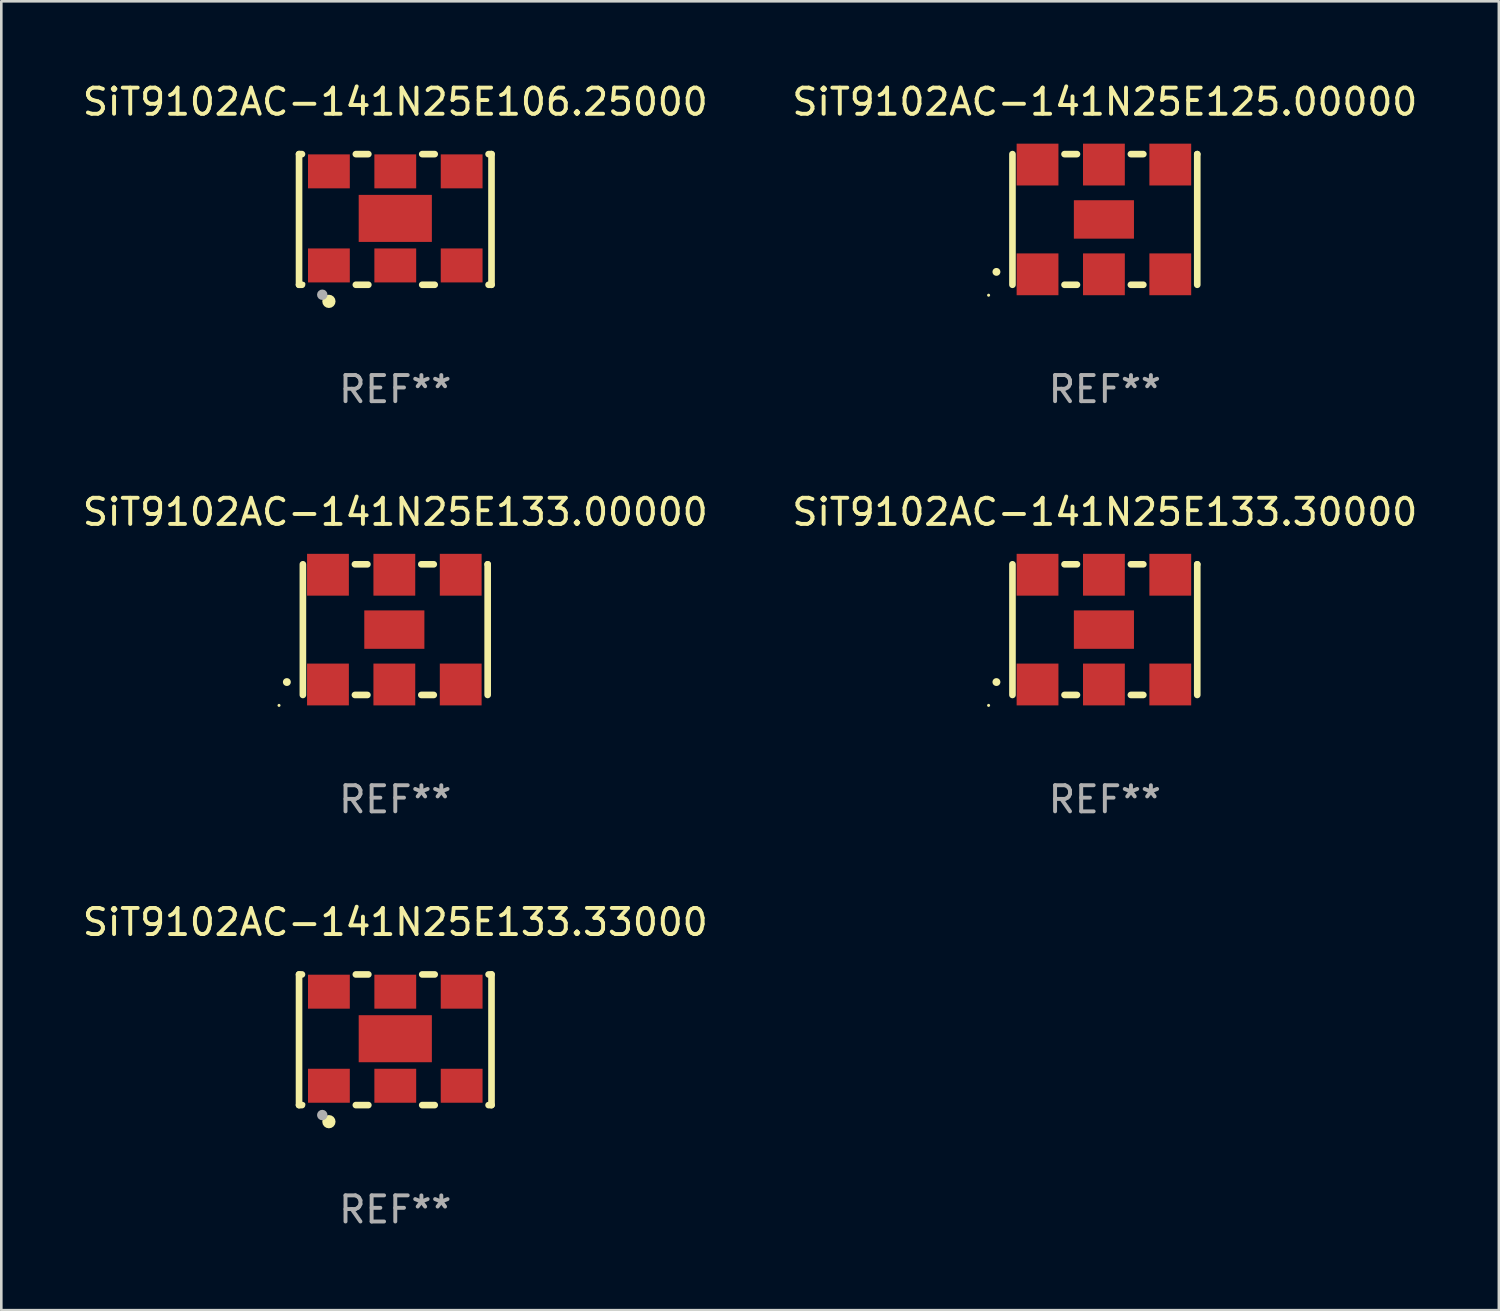
<source format=kicad_pcb>
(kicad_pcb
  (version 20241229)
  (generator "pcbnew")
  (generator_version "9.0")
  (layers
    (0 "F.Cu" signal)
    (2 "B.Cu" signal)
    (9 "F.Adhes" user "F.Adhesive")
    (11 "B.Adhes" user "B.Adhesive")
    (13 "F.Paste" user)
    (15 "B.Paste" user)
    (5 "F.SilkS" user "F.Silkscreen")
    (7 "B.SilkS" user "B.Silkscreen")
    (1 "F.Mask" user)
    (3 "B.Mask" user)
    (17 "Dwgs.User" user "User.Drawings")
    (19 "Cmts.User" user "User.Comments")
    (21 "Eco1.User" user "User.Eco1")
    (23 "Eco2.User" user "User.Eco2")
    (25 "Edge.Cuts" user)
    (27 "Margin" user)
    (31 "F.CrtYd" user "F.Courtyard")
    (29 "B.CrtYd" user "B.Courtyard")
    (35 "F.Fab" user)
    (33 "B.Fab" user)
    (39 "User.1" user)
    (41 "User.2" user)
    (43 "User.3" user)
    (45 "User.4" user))
  (footprint "SiT9102AC-141N25E133.33000"
    (layer "F.Cu")
    (at 12.077 36.741)
    (property "Reference" "SiT9102AC-141N25E133.33000" (at 0 -4.5 0) (layer "F.SilkS") (effects (font (size 1 1) (thickness 0.15))))
    (attr through_hole)
    (fp_line (start -3.683 -2.5) (end -3.571 -2.5) (stroke (width 0.254) (type solid)) (layer "F.SilkS"))
    (fp_line (start -3.683 2.5) (end -3.683 -2.5) (stroke (width 0.254) (type solid)) (layer "F.SilkS"))
    (fp_line (start -3.683 2.5) (end -3.571 2.5) (stroke (width 0.254) (type solid)) (layer "F.SilkS"))
    (fp_line (start -1.509 -2.5) (end -1.031 -2.5) (stroke (width 0.254) (type solid)) (layer "F.SilkS"))
    (fp_line (start -1.509 2.5) (end -1.031 2.5) (stroke (width 0.254) (type solid)) (layer "F.SilkS"))
    (fp_line (start 1.031 -2.5) (end 1.509 -2.5) (stroke (width 0.254) (type solid)) (layer "F.SilkS"))
    (fp_line (start 1.031 2.5) (end 1.509 2.5) (stroke (width 0.254) (type solid)) (layer "F.SilkS"))
    (fp_line (start 3.571 -2.5) (end 3.683 -2.5) (stroke (width 0.254) (type solid)) (layer "F.SilkS"))
    (fp_line (start 3.571 2.5) (end 3.683 2.5) (stroke (width 0.254) (type solid)) (layer "F.SilkS"))
    (fp_line (start 3.683 2.5) (end 3.683 -2.5) (stroke (width 0.254) (type solid)) (layer "F.SilkS"))
    (fp_circle (center -3.5 2.46) (end -3.47 2.46) (stroke (width 0.06) (type solid)) (fill no) (layer "F.SilkS"))
    (fp_circle (center -2.54 3.135) (end -2.413 3.135) (stroke (width 0.254) (type solid)) (fill no) (layer "F.SilkS"))
    (fp_circle (center -2.794 2.881) (end -2.694 2.881) (stroke (width 0.2) (type solid)) (fill no) (layer "F.Fab"))
    (fp_text user "REF**" (at 0 6.5 0) (layer "F.Fab") (effects (font (size 1 1) (thickness 0.15))))
    (pad "1" smd rect (at -2.54 1.76) (size 1.6 1.3) (layers "F.Cu" "F.Mask" "F.Paste"))
    (pad "2" smd rect (at 0 1.76) (size 1.6 1.3) (layers "F.Cu" "F.Mask" "F.Paste"))
    (pad "3" smd rect (at 2.54 1.76) (size 1.6 1.3) (layers "F.Cu" "F.Mask" "F.Paste"))
    (pad "4" smd rect (at 2.54 -1.84) (size 1.6 1.3) (layers "F.Cu" "F.Mask" "F.Paste"))
    (pad "5" smd rect (at 0 -1.84) (size 1.6 1.3) (layers "F.Cu" "F.Mask" "F.Paste"))
    (pad "6" smd rect (at -2.54 -1.84) (size 1.6 1.3) (layers "F.Cu" "F.Mask" "F.Paste"))
    (pad "7" smd rect (at 0 -0.04) (size 2.8 1.8) (layers "F.Cu" "F.Mask" "F.Paste")))
  (footprint "SiT9102AC-141N25E133.00000"
    (layer "F.Cu")
    (at 12.077 21.045)
    (property "Reference" "SiT9102AC-141N25E133.00000" (at 0 -4.5 0) (layer "F.SilkS") (effects (font (size 1 1) (thickness 0.15))))
    (attr through_hole)
    (fp_line (start -3.536 -2.5) (end -3.536 2.5) (stroke (width 0.254) (type solid)) (layer "F.SilkS"))
    (fp_line (start -1.544 2.5) (end -1.067 2.5) (stroke (width 0.254) (type solid)) (layer "F.SilkS"))
    (fp_line (start -1.067 -2.5) (end -1.544 -2.5) (stroke (width 0.254) (type solid)) (layer "F.SilkS"))
    (fp_line (start 0.996 2.5) (end 1.473 2.5) (stroke (width 0.254) (type solid)) (layer "F.SilkS"))
    (fp_line (start 1.473 -2.5) (end 0.996 -2.5) (stroke (width 0.254) (type solid)) (layer "F.SilkS"))
    (fp_line (start 3.536 -2.5) (end 3.536 -2.5) (stroke (width 0.254) (type solid)) (layer "F.SilkS"))
    (fp_line (start 3.536 2.5) (end 3.536 -2.5) (stroke (width 0.254) (type solid)) (layer "F.SilkS"))
    (fp_arc (start -4.150432 2.006604) (mid -4.149162 2.006599) (end -4.147892 2.006604) (stroke (width 0.3) (type solid)) (layer "F.SilkS"))
    (fp_circle (center -4.449 2.9) (end -4.419 2.9) (stroke (width 0.06) (type solid)) (fill no) (layer "F.SilkS"))
    (fp_text user "REF**" (at 0 6.5 0) (layer "F.Fab") (effects (font (size 1 1) (thickness 0.15))))
    (pad "1" smd rect (at -2.576 2.1) (size 1.6 1.6) (layers "F.Cu" "F.Mask" "F.Paste"))
    (pad "2" smd rect (at -0.036 2.1) (size 1.6 1.6) (layers "F.Cu" "F.Mask" "F.Paste"))
    (pad "3" smd rect (at 2.504 2.1) (size 1.6 1.6) (layers "F.Cu" "F.Mask" "F.Paste"))
    (pad "4" smd rect (at 2.504 -2.1) (size 1.6 1.6) (layers "F.Cu" "F.Mask" "F.Paste"))
    (pad "5" smd rect (at -0.036 -2.1) (size 1.6 1.6) (layers "F.Cu" "F.Mask" "F.Paste"))
    (pad "6" smd rect (at -2.576 -2.1) (size 1.6 1.6) (layers "F.Cu" "F.Mask" "F.Paste"))
    (pad "7" smd rect (at -0.036 0) (size 2.3 1.47) (layers "F.Cu" "F.Mask" "F.Paste")))
  (footprint "SiT9102AC-141N25E106.25000"
    (layer "F.Cu")
    (at 12.077 5.348)
    (property "Reference" "SiT9102AC-141N25E106.25000" (at 0 -4.5 0) (layer "F.SilkS") (effects (font (size 1 1) (thickness 0.15))))
    (attr through_hole)
    (fp_line (start -3.683 -2.5) (end -3.571 -2.5) (stroke (width 0.254) (type solid)) (layer "F.SilkS"))
    (fp_line (start -3.683 2.5) (end -3.683 -2.5) (stroke (width 0.254) (type solid)) (layer "F.SilkS"))
    (fp_line (start -3.683 2.5) (end -3.571 2.5) (stroke (width 0.254) (type solid)) (layer "F.SilkS"))
    (fp_line (start -1.509 -2.5) (end -1.031 -2.5) (stroke (width 0.254) (type solid)) (layer "F.SilkS"))
    (fp_line (start -1.509 2.5) (end -1.031 2.5) (stroke (width 0.254) (type solid)) (layer "F.SilkS"))
    (fp_line (start 1.031 -2.5) (end 1.509 -2.5) (stroke (width 0.254) (type solid)) (layer "F.SilkS"))
    (fp_line (start 1.031 2.5) (end 1.509 2.5) (stroke (width 0.254) (type solid)) (layer "F.SilkS"))
    (fp_line (start 3.571 -2.5) (end 3.683 -2.5) (stroke (width 0.254) (type solid)) (layer "F.SilkS"))
    (fp_line (start 3.571 2.5) (end 3.683 2.5) (stroke (width 0.254) (type solid)) (layer "F.SilkS"))
    (fp_line (start 3.683 2.5) (end 3.683 -2.5) (stroke (width 0.254) (type solid)) (layer "F.SilkS"))
    (fp_circle (center -3.5 2.46) (end -3.47 2.46) (stroke (width 0.06) (type solid)) (fill no) (layer "F.SilkS"))
    (fp_circle (center -2.54 3.135) (end -2.413 3.135) (stroke (width 0.254) (type solid)) (fill no) (layer "F.SilkS"))
    (fp_circle (center -2.794 2.881) (end -2.694 2.881) (stroke (width 0.2) (type solid)) (fill no) (layer "F.Fab"))
    (fp_text user "REF**" (at 0 6.5 0) (layer "F.Fab") (effects (font (size 1 1) (thickness 0.15))))
    (pad "1" smd rect (at -2.54 1.76) (size 1.6 1.3) (layers "F.Cu" "F.Mask" "F.Paste"))
    (pad "2" smd rect (at 0 1.76) (size 1.6 1.3) (layers "F.Cu" "F.Mask" "F.Paste"))
    (pad "3" smd rect (at 2.54 1.76) (size 1.6 1.3) (layers "F.Cu" "F.Mask" "F.Paste"))
    (pad "4" smd rect (at 2.54 -1.84) (size 1.6 1.3) (layers "F.Cu" "F.Mask" "F.Paste"))
    (pad "5" smd rect (at 0 -1.84) (size 1.6 1.3) (layers "F.Cu" "F.Mask" "F.Paste"))
    (pad "6" smd rect (at -2.54 -1.84) (size 1.6 1.3) (layers "F.Cu" "F.Mask" "F.Paste"))
    (pad "7" smd rect (at 0 -0.04) (size 2.8 1.8) (layers "F.Cu" "F.Mask" "F.Paste")))
  (footprint "SiT9102AC-141N25E133.30000"
    (layer "F.Cu")
    (at 39.232 21.045)
    (property "Reference" "SiT9102AC-141N25E133.30000" (at 0 -4.5 0) (layer "F.SilkS") (effects (font (size 1 1) (thickness 0.15))))
    (attr through_hole)
    (fp_line (start -3.536 -2.5) (end -3.536 2.5) (stroke (width 0.254) (type solid)) (layer "F.SilkS"))
    (fp_line (start -1.544 2.5) (end -1.067 2.5) (stroke (width 0.254) (type solid)) (layer "F.SilkS"))
    (fp_line (start -1.067 -2.5) (end -1.544 -2.5) (stroke (width 0.254) (type solid)) (layer "F.SilkS"))
    (fp_line (start 0.996 2.5) (end 1.473 2.5) (stroke (width 0.254) (type solid)) (layer "F.SilkS"))
    (fp_line (start 1.473 -2.5) (end 0.996 -2.5) (stroke (width 0.254) (type solid)) (layer "F.SilkS"))
    (fp_line (start 3.536 -2.5) (end 3.536 -2.5) (stroke (width 0.254) (type solid)) (layer "F.SilkS"))
    (fp_line (start 3.536 2.5) (end 3.536 -2.5) (stroke (width 0.254) (type solid)) (layer "F.SilkS"))
    (fp_arc (start -4.150432 2.006604) (mid -4.149162 2.006599) (end -4.147892 2.006604) (stroke (width 0.3) (type solid)) (layer "F.SilkS"))
    (fp_circle (center -4.449 2.9) (end -4.419 2.9) (stroke (width 0.06) (type solid)) (fill no) (layer "F.SilkS"))
    (fp_text user "REF**" (at 0 6.5 0) (layer "F.Fab") (effects (font (size 1 1) (thickness 0.15))))
    (pad "1" smd rect (at -2.576 2.1) (size 1.6 1.6) (layers "F.Cu" "F.Mask" "F.Paste"))
    (pad "2" smd rect (at -0.036 2.1) (size 1.6 1.6) (layers "F.Cu" "F.Mask" "F.Paste"))
    (pad "3" smd rect (at 2.504 2.1) (size 1.6 1.6) (layers "F.Cu" "F.Mask" "F.Paste"))
    (pad "4" smd rect (at 2.504 -2.1) (size 1.6 1.6) (layers "F.Cu" "F.Mask" "F.Paste"))
    (pad "5" smd rect (at -0.036 -2.1) (size 1.6 1.6) (layers "F.Cu" "F.Mask" "F.Paste"))
    (pad "6" smd rect (at -2.576 -2.1) (size 1.6 1.6) (layers "F.Cu" "F.Mask" "F.Paste"))
    (pad "7" smd rect (at -0.036 0) (size 2.3 1.47) (layers "F.Cu" "F.Mask" "F.Paste")))
  (footprint "SiT9102AC-141N25E125.00000"
    (layer "F.Cu")
    (at 39.232 5.348)
    (property "Reference" "SiT9102AC-141N25E125.00000" (at 0 -4.5 0) (layer "F.SilkS") (effects (font (size 1 1) (thickness 0.15))))
    (attr through_hole)
    (fp_line (start -3.536 -2.5) (end -3.536 2.5) (stroke (width 0.254) (type solid)) (layer "F.SilkS"))
    (fp_line (start -1.544 2.5) (end -1.067 2.5) (stroke (width 0.254) (type solid)) (layer "F.SilkS"))
    (fp_line (start -1.067 -2.5) (end -1.544 -2.5) (stroke (width 0.254) (type solid)) (layer "F.SilkS"))
    (fp_line (start 0.996 2.5) (end 1.473 2.5) (stroke (width 0.254) (type solid)) (layer "F.SilkS"))
    (fp_line (start 1.473 -2.5) (end 0.996 -2.5) (stroke (width 0.254) (type solid)) (layer "F.SilkS"))
    (fp_line (start 3.536 -2.5) (end 3.536 -2.5) (stroke (width 0.254) (type solid)) (layer "F.SilkS"))
    (fp_line (start 3.536 2.5) (end 3.536 -2.5) (stroke (width 0.254) (type solid)) (layer "F.SilkS"))
    (fp_arc (start -4.150432 2.006604) (mid -4.149162 2.006599) (end -4.147892 2.006604) (stroke (width 0.3) (type solid)) (layer "F.SilkS"))
    (fp_circle (center -4.449 2.9) (end -4.419 2.9) (stroke (width 0.06) (type solid)) (fill no) (layer "F.SilkS"))
    (fp_text user "REF**" (at 0 6.5 0) (layer "F.Fab") (effects (font (size 1 1) (thickness 0.15))))
    (pad "1" smd rect (at -2.576 2.1) (size 1.6 1.6) (layers "F.Cu" "F.Mask" "F.Paste"))
    (pad "2" smd rect (at -0.036 2.1) (size 1.6 1.6) (layers "F.Cu" "F.Mask" "F.Paste"))
    (pad "3" smd rect (at 2.504 2.1) (size 1.6 1.6) (layers "F.Cu" "F.Mask" "F.Paste"))
    (pad "4" smd rect (at 2.504 -2.1) (size 1.6 1.6) (layers "F.Cu" "F.Mask" "F.Paste"))
    (pad "5" smd rect (at -0.036 -2.1) (size 1.6 1.6) (layers "F.Cu" "F.Mask" "F.Paste"))
    (pad "6" smd rect (at -2.576 -2.1) (size 1.6 1.6) (layers "F.Cu" "F.Mask" "F.Paste"))
    (pad "7" smd rect (at -0.036 0) (size 2.3 1.47) (layers "F.Cu" "F.Mask" "F.Paste")))
  (gr_rect
    (start -3 -3)
    (end 54.31 47.09)
    (stroke (width 0.1) (type default))
    (fill no)
    (layer "Edge.Cuts")))
</source>
